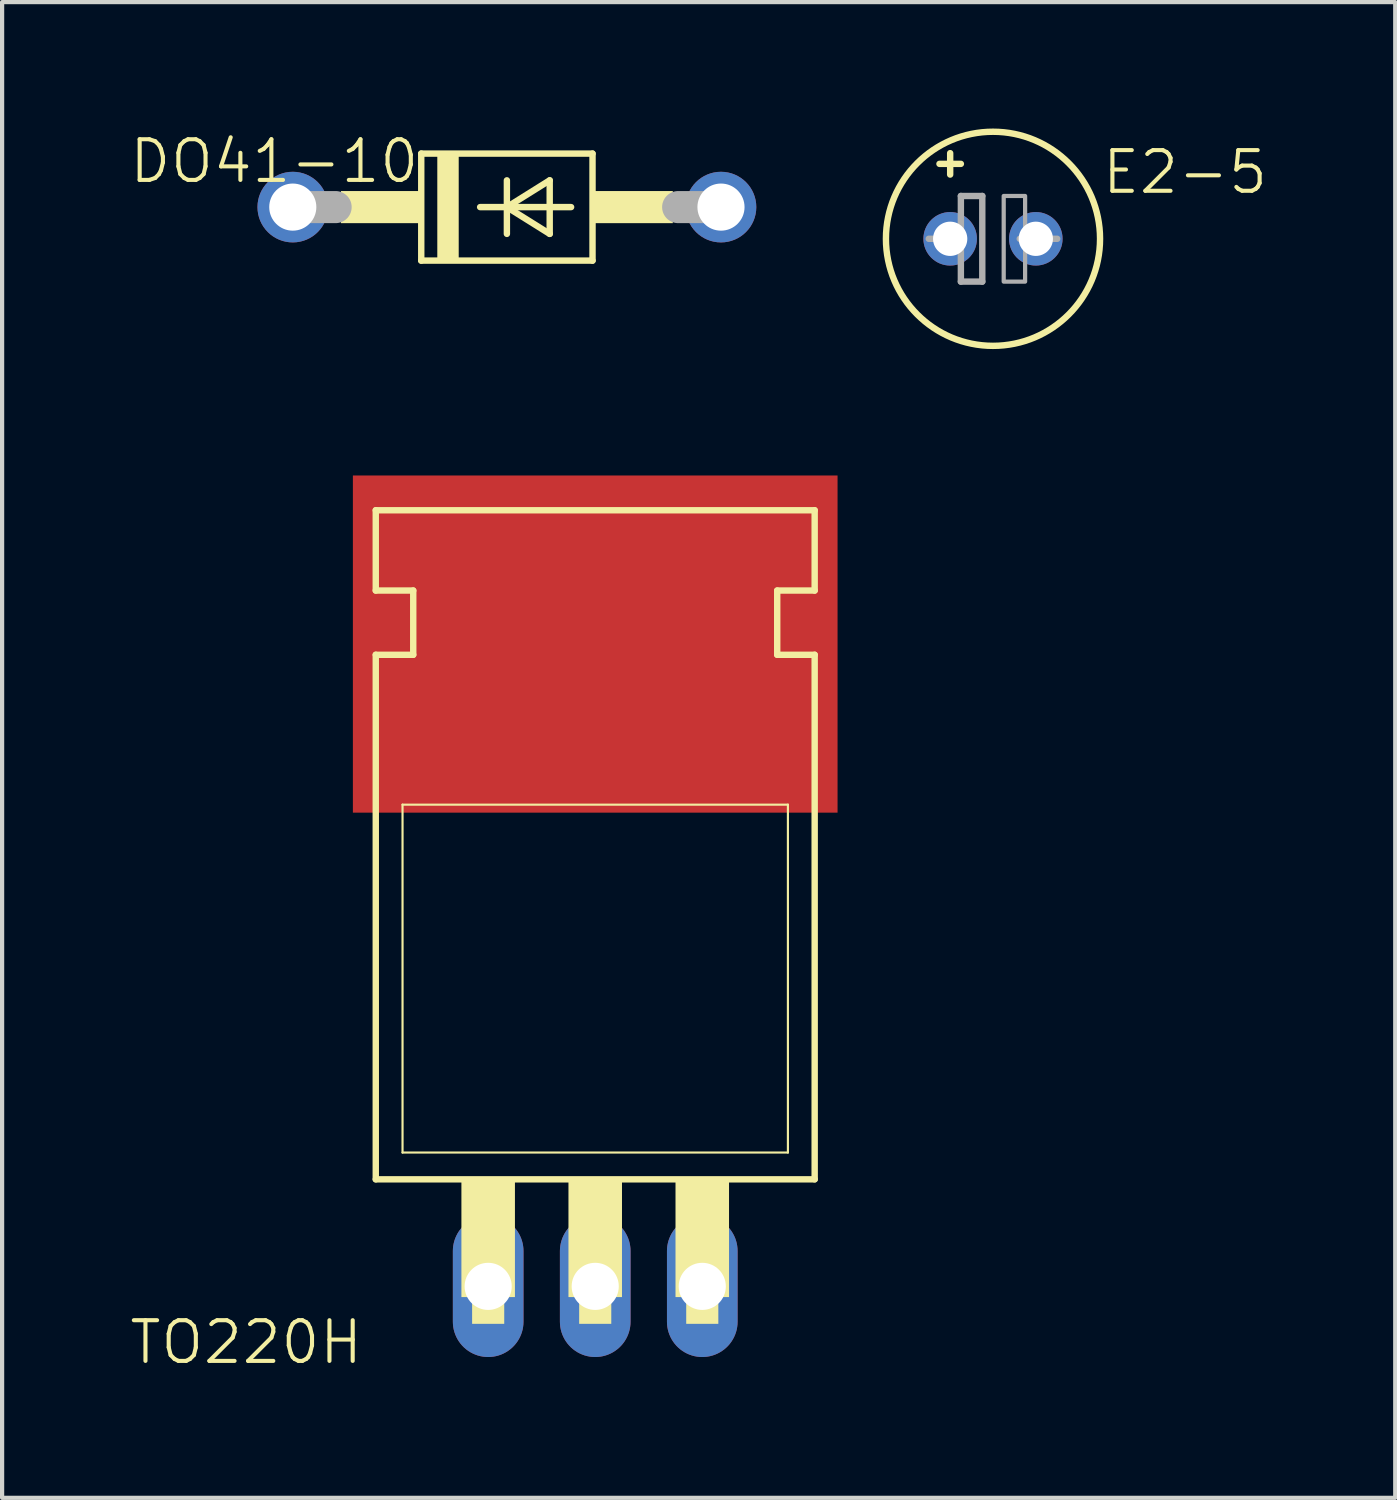
<source format=kicad_pcb>
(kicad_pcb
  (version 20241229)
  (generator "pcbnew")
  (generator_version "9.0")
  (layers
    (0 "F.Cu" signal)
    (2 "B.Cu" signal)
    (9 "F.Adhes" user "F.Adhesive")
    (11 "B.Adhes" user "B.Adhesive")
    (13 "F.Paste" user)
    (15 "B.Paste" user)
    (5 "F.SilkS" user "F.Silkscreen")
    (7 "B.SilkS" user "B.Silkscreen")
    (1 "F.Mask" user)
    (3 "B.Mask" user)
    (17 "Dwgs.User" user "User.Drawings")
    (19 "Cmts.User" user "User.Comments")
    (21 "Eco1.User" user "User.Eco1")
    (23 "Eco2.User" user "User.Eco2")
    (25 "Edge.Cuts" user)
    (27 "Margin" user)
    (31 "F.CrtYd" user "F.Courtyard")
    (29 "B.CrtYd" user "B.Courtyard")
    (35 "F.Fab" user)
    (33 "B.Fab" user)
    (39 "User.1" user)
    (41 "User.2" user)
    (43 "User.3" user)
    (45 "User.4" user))
  (footprint "DO41-10"
    (layer "F.Cu")
    (at 8.977 1.864)
    (property "Reference" "DO41-10" (at -2.032 -1.651 180) (layer "F.SilkS") (effects (font (size 0.965 0.965) (thickness 0.097)) (justify right top)))
    (attr through_hole)
    (fp_line (start -2.032 -1.27) (end -2.032 1.27) (stroke (width 0.152) (type solid)) (layer "F.SilkS"))
    (fp_line (start -2.032 -1.27) (end 2.032 -1.27) (stroke (width 0.152) (type solid)) (layer "F.SilkS"))
    (fp_line (start -0.635 0) (end 0 0) (stroke (width 0.152) (type solid)) (layer "F.SilkS"))
    (fp_line (start 0 -0.635) (end 0 0) (stroke (width 0.152) (type solid)) (layer "F.SilkS"))
    (fp_line (start 0 0) (end 0 0.635) (stroke (width 0.152) (type solid)) (layer "F.SilkS"))
    (fp_line (start 0 0) (end 1.016 -0.635) (stroke (width 0.152) (type solid)) (layer "F.SilkS"))
    (fp_line (start 0 0) (end 1.524 0) (stroke (width 0.152) (type solid)) (layer "F.SilkS"))
    (fp_line (start 1.016 -0.635) (end 1.016 0.635) (stroke (width 0.152) (type solid)) (layer "F.SilkS"))
    (fp_line (start 1.016 0.635) (end 0 0) (stroke (width 0.152) (type solid)) (layer "F.SilkS"))
    (fp_line (start 2.032 1.27) (end -2.032 1.27) (stroke (width 0.152) (type solid)) (layer "F.SilkS"))
    (fp_line (start 2.032 1.27) (end 2.032 -1.27) (stroke (width 0.152) (type solid)) (layer "F.SilkS"))
    (fp_poly (pts (xy -3.937 0.381) (xy -2.032 0.381) (xy -2.032 -0.381) (xy -3.937 -0.381)) (stroke (width 0) (type solid)) (fill yes) (layer "F.SilkS"))
    (fp_poly (pts (xy -1.651 1.27) (xy -1.143 1.27) (xy -1.143 -1.27) (xy -1.651 -1.27)) (stroke (width 0) (type solid)) (fill yes) (layer "F.SilkS"))
    (fp_poly (pts (xy 2.032 0.381) (xy 3.937 0.381) (xy 3.937 -0.381) (xy 2.032 -0.381)) (stroke (width 0) (type solid)) (fill yes) (layer "F.SilkS"))
    (fp_line (start -5.08 0) (end -4.064 0) (stroke (width 0.762) (type solid)) (layer "F.Fab"))
    (fp_line (start 5.08 0) (end 4.064 0) (stroke (width 0.762) (type solid)) (layer "F.Fab"))
    (pad "A" thru_hole circle (at 5.08 0) (size 1.676 1.676) (drill 1.118) (layers "*.Cu" "*.Mask"))
    (pad "C" thru_hole circle (at -5.08 0) (size 1.676 1.676) (drill 1.118) (layers "*.Cu" "*.Mask")))
  (footprint "TO220H"
    (layer "F.Cu")
    (at 11.073 17.312)
    (property "Reference" "TO220H" (at -5.461 10.922 0) (layer "F.SilkS") (effects (font (size 0.965 0.965) (thickness 0.097)) (justify right top)))
    (attr through_hole)
    (fp_line (start -5.207 -6.35) (end -5.207 -8.255) (stroke (width 0.152) (type solid)) (layer "F.SilkS"))
    (fp_line (start -5.207 -4.826) (end -4.318 -4.826) (stroke (width 0.152) (type solid)) (layer "F.SilkS"))
    (fp_line (start -5.207 7.62) (end -5.207 -4.826) (stroke (width 0.152) (type solid)) (layer "F.SilkS"))
    (fp_line (start -5.207 7.62) (end 5.207 7.62) (stroke (width 0.152) (type solid)) (layer "F.SilkS"))
    (fp_line (start -4.572 6.985) (end -4.572 -1.27) (stroke (width 0.051) (type solid)) (layer "F.SilkS"))
    (fp_line (start -4.572 6.985) (end 4.572 6.985) (stroke (width 0.051) (type solid)) (layer "F.SilkS"))
    (fp_line (start -4.318 -6.35) (end -5.207 -6.35) (stroke (width 0.152) (type solid)) (layer "F.SilkS"))
    (fp_line (start -4.318 -4.826) (end -4.318 -6.35) (stroke (width 0.152) (type solid)) (layer "F.SilkS"))
    (fp_line (start 4.318 -6.35) (end 5.207 -6.35) (stroke (width 0.152) (type solid)) (layer "F.SilkS"))
    (fp_line (start 4.318 -4.826) (end 4.318 -6.35) (stroke (width 0.152) (type solid)) (layer "F.SilkS"))
    (fp_line (start 4.572 -1.27) (end -4.572 -1.27) (stroke (width 0.051) (type solid)) (layer "F.SilkS"))
    (fp_line (start 4.572 -1.27) (end 4.572 6.985) (stroke (width 0.051) (type solid)) (layer "F.SilkS"))
    (fp_line (start 5.207 -8.255) (end -5.207 -8.255) (stroke (width 0.152) (type solid)) (layer "F.SilkS"))
    (fp_line (start 5.207 -6.35) (end 5.207 -8.255) (stroke (width 0.152) (type solid)) (layer "F.SilkS"))
    (fp_line (start 5.207 -4.826) (end 4.318 -4.826) (stroke (width 0.152) (type solid)) (layer "F.SilkS"))
    (fp_line (start 5.207 7.62) (end 5.207 -4.826) (stroke (width 0.152) (type solid)) (layer "F.SilkS"))
    (fp_poly (pts (xy -3.175 10.414) (xy -1.905 10.414) (xy -1.905 7.62) (xy -3.175 7.62)) (stroke (width 0) (type solid)) (fill yes) (layer "F.SilkS"))
    (fp_poly (pts (xy -2.921 11.049) (xy -2.159 11.049) (xy -2.159 10.414) (xy -2.921 10.414)) (stroke (width 0) (type solid)) (fill yes) (layer "F.SilkS"))
    (fp_poly (pts (xy -0.635 10.414) (xy 0.635 10.414) (xy 0.635 7.62) (xy -0.635 7.62)) (stroke (width 0) (type solid)) (fill yes) (layer "F.SilkS"))
    (fp_poly (pts (xy -0.381 11.049) (xy 0.381 11.049) (xy 0.381 10.414) (xy -0.381 10.414)) (stroke (width 0) (type solid)) (fill yes) (layer "F.SilkS"))
    (fp_poly (pts (xy 1.905 10.414) (xy 3.175 10.414) (xy 3.175 7.62) (xy 1.905 7.62)) (stroke (width 0) (type solid)) (fill yes) (layer "F.SilkS"))
    (fp_poly (pts (xy 2.159 11.049) (xy 2.921 11.049) (xy 2.921 10.414) (xy 2.159 10.414)) (stroke (width 0) (type solid)) (fill yes) (layer "F.SilkS"))
    (pad "1" thru_hole oval (at -2.54 10.16 90) (size 3.353 1.676) (drill 1.118) (layers "*.Cu" "*.Mask"))
    (pad "2" thru_hole oval (at 0 10.16 90) (size 3.353 1.676) (drill 1.118) (layers "*.Cu" "*.Mask"))
    (pad "3" thru_hole oval (at 2.54 10.16 90) (size 3.353 1.676) (drill 1.118) (layers "*.Cu" "*.Mask"))
    (pad "4" smd rect (at 0 -5.08) (size 11.5 8) (layers "F.Cu" "F.Mask" "F.Paste")))
  (footprint "E2-5"
    (layer "F.Cu")
    (at 20.511 2.616)
    (property "Reference" "E2-5" (at 2.54 -1.016 180) (layer "F.SilkS") (effects (font (size 0.965 0.965) (thickness 0.097)) (justify left bottom)))
    (attr through_hole)
    (fp_line (start -1.27 -1.778) (end -0.762 -1.778) (stroke (width 0.152) (type solid)) (layer "F.SilkS"))
    (fp_line (start -1.016 -1.524) (end -1.016 -2.032) (stroke (width 0.152) (type solid)) (layer "F.SilkS"))
    (fp_circle (center 0 0) (end 2.54 0) (stroke (width 0.152) (type solid)) (fill no) (layer "F.SilkS"))
    (fp_line (start -1.524 0) (end -0.762 0) (stroke (width 0.152) (type solid)) (layer "F.Fab"))
    (fp_line (start -0.762 -1.016) (end -0.762 0) (stroke (width 0.152) (type solid)) (layer "F.Fab"))
    (fp_line (start -0.762 0) (end -0.762 1.016) (stroke (width 0.152) (type solid)) (layer "F.Fab"))
    (fp_line (start -0.762 1.016) (end -0.254 1.016) (stroke (width 0.152) (type solid)) (layer "F.Fab"))
    (fp_line (start -0.254 -1.016) (end -0.762 -1.016) (stroke (width 0.152) (type solid)) (layer "F.Fab"))
    (fp_line (start -0.254 1.016) (end -0.254 -1.016) (stroke (width 0.152) (type solid)) (layer "F.Fab"))
    (fp_line (start 0.635 0) (end 1.524 0) (stroke (width 0.152) (type solid)) (layer "F.Fab"))
    (fp_poly (pts (xy 0.254 1.016) (xy 0.762 1.016) (xy 0.762 -1.016) (xy 0.254 -1.016)) (stroke (width 0.1) (type solid)) (fill no) (layer "F.Fab"))
    (pad "+" thru_hole circle (at -1.016 0) (size 1.27 1.27) (drill 0.813) (layers "*.Cu" "*.Mask"))
    (pad "-" thru_hole circle (at 1.016 0) (size 1.27 1.27) (drill 0.813) (layers "*.Cu" "*.Mask")))
  (gr_rect
    (start -3 -3)
    (end 30.055 32.489)
    (stroke (width 0.1) (type default))
    (fill no)
    (layer "Edge.Cuts")))
</source>
